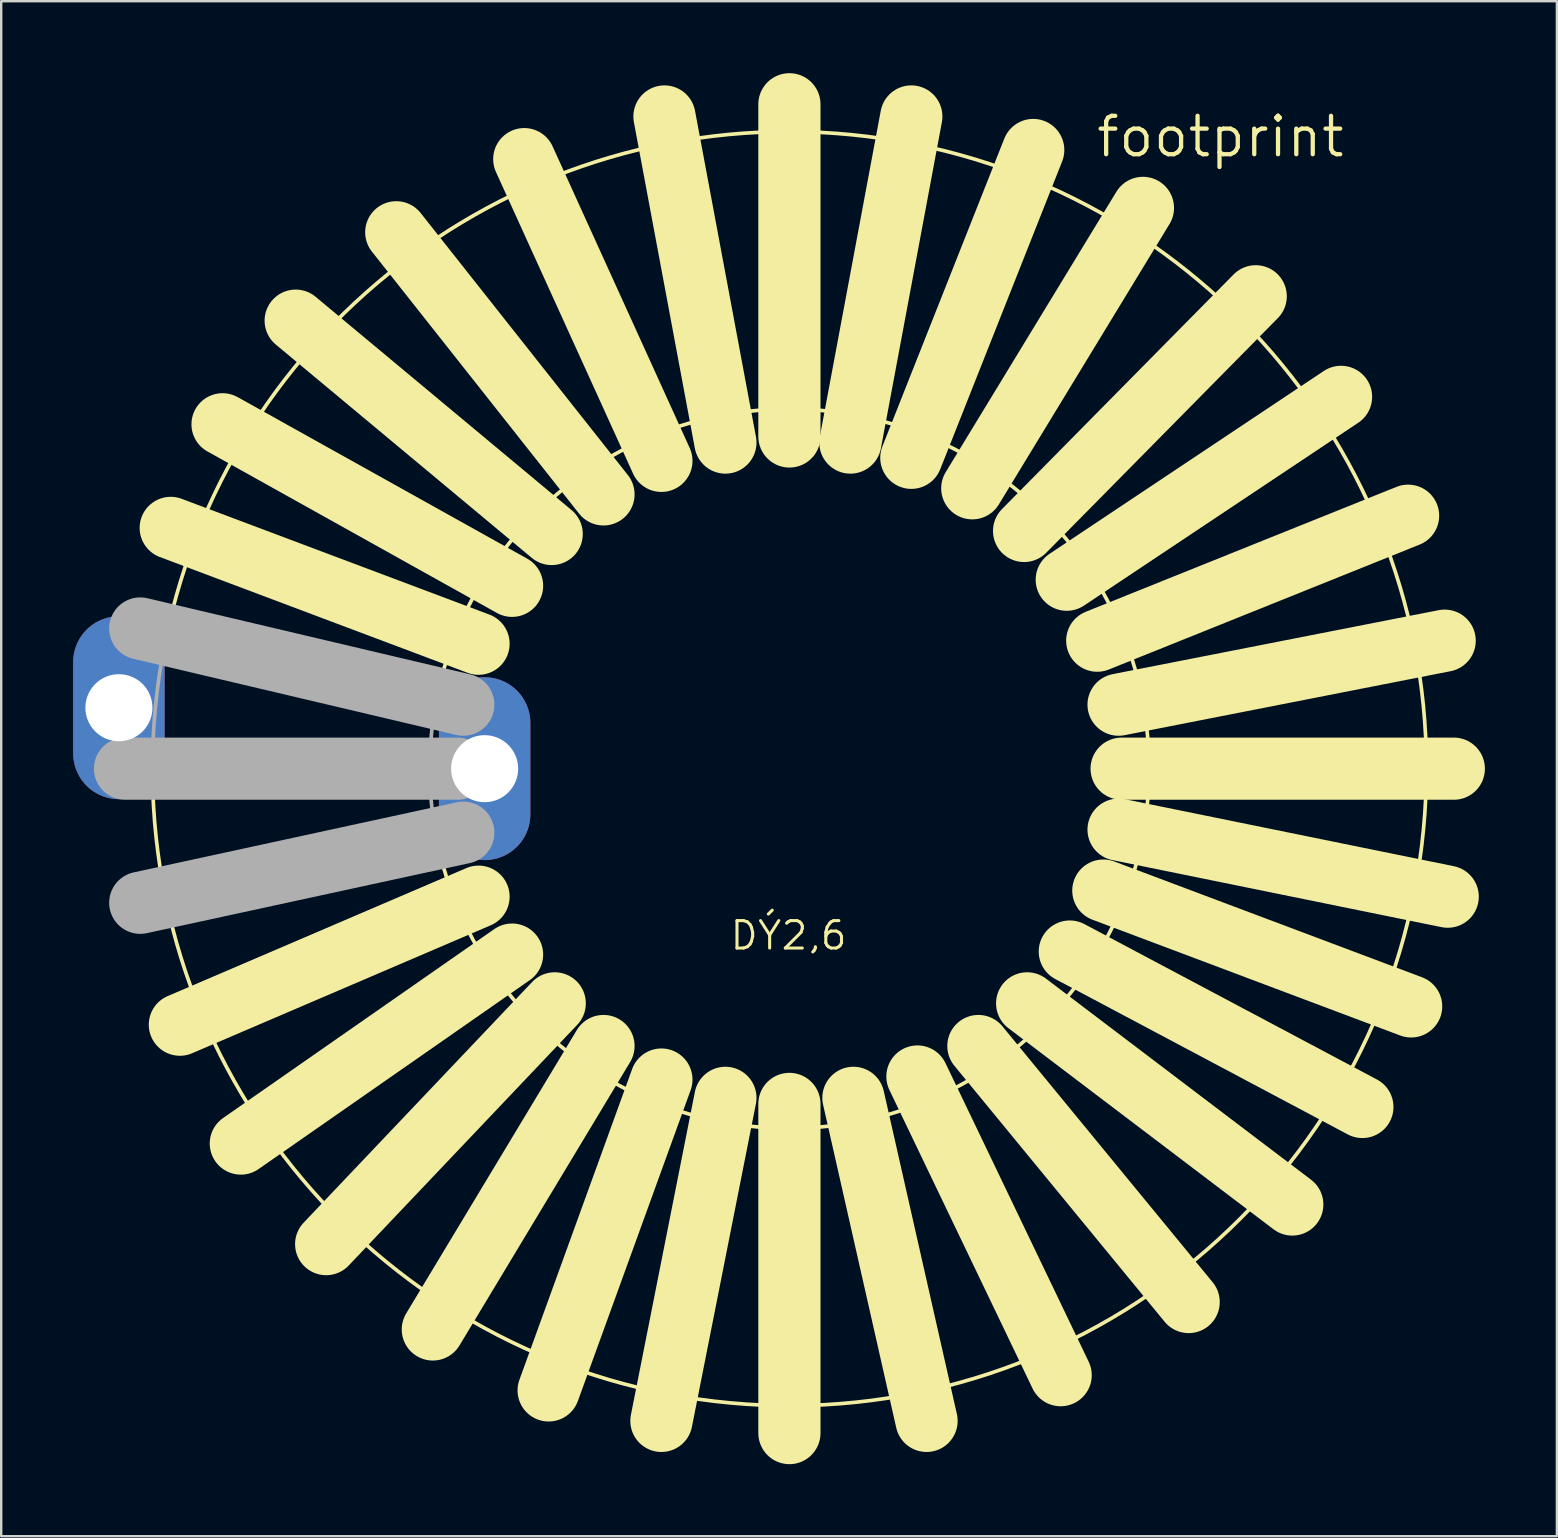
<source format=kicad_pcb>
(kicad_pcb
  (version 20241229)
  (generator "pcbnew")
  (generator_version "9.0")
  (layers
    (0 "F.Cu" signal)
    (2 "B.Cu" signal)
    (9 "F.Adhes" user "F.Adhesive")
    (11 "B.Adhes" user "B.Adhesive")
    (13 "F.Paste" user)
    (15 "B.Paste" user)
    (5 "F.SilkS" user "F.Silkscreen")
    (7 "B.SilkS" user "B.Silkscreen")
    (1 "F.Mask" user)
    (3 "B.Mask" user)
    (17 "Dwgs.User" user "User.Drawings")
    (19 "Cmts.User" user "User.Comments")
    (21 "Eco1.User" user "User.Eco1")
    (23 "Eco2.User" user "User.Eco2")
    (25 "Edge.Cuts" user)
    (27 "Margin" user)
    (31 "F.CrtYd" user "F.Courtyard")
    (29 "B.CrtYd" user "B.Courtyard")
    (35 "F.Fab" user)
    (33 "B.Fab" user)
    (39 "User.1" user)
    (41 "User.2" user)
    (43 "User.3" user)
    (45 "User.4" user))
  (footprint "footprint"
    (layer "F.Cu")
    (at 29.845 28.981)
    (property "Reference" "footprint" (at 12.7 -25.4 0) (layer "F.SilkS") (effects (font (size 1.6 1.6) (thickness 0.178)) (justify left bottom)))
    (fp_line (start -12.954 -5.207) (end -25.781 -10.033) (stroke (width 2.591) (type solid)) (layer "F.SilkS"))
    (fp_line (start -12.954 5.334) (end -25.4 10.668) (stroke (width 2.591) (type solid)) (layer "F.SilkS"))
    (fp_line (start -11.557 -7.62) (end -23.622 -14.351) (stroke (width 2.591) (type solid)) (layer "F.SilkS"))
    (fp_line (start -11.557 7.747) (end -22.86 15.621) (stroke (width 2.591) (type solid)) (layer "F.SilkS"))
    (fp_line (start -9.906 -9.779) (end -20.574 -18.669) (stroke (width 2.591) (type solid)) (layer "F.SilkS"))
    (fp_line (start -9.779 9.779) (end -19.304 19.812) (stroke (width 2.591) (type solid)) (layer "F.SilkS"))
    (fp_line (start -7.747 -11.43) (end -16.383 -22.352) (stroke (width 2.591) (type solid)) (layer "F.SilkS"))
    (fp_line (start -7.747 11.557) (end -14.859 23.368) (stroke (width 2.591) (type solid)) (layer "F.SilkS"))
    (fp_line (start -5.334 -12.827) (end -11.049 -25.4) (stroke (width 2.591) (type solid)) (layer "F.SilkS"))
    (fp_line (start -5.334 12.954) (end -10.033 25.908) (stroke (width 2.591) (type solid)) (layer "F.SilkS"))
    (fp_line (start -2.667 -13.589) (end -5.207 -27.178) (stroke (width 2.591) (type solid)) (layer "F.SilkS"))
    (fp_line (start -2.667 13.716) (end -5.334 27.178) (stroke (width 2.591) (type solid)) (layer "F.SilkS"))
    (fp_line (start 0 -13.843) (end 0 -27.686) (stroke (width 2.591) (type solid)) (layer "F.SilkS"))
    (fp_line (start 0 13.97) (end 0 27.686) (stroke (width 2.591) (type solid)) (layer "F.SilkS"))
    (fp_line (start 2.54 -13.589) (end 5.08 -27.178) (stroke (width 2.591) (type solid)) (layer "F.SilkS"))
    (fp_line (start 2.667 13.716) (end 5.715 27.178) (stroke (width 2.591) (type solid)) (layer "F.SilkS"))
    (fp_line (start 5.08 -12.954) (end 10.16 -25.781) (stroke (width 2.591) (type solid)) (layer "F.SilkS"))
    (fp_line (start 5.334 12.827) (end 11.303 25.273) (stroke (width 2.591) (type solid)) (layer "F.SilkS"))
    (fp_line (start 7.62 -11.684) (end 14.732 -23.368) (stroke (width 2.591) (type solid)) (layer "F.SilkS"))
    (fp_line (start 7.874 11.557) (end 16.637 22.225) (stroke (width 2.591) (type solid)) (layer "F.SilkS"))
    (fp_line (start 9.779 -9.906) (end 19.431 -19.685) (stroke (width 2.591) (type solid)) (layer "F.SilkS"))
    (fp_line (start 9.906 9.779) (end 20.955 18.161) (stroke (width 2.591) (type solid)) (layer "F.SilkS"))
    (fp_line (start 11.557 -7.874) (end 22.987 -15.494) (stroke (width 2.591) (type solid)) (layer "F.SilkS"))
    (fp_line (start 11.684 7.62) (end 23.876 14.097) (stroke (width 2.591) (type solid)) (layer "F.SilkS"))
    (fp_line (start 12.827 -5.334) (end 25.781 -10.541) (stroke (width 2.591) (type solid)) (layer "F.SilkS"))
    (fp_line (start 13.081 5.08) (end 25.908 9.906) (stroke (width 2.591) (type solid)) (layer "F.SilkS"))
    (fp_line (start 13.716 -2.667) (end 27.305 -5.334) (stroke (width 2.591) (type solid)) (layer "F.SilkS"))
    (fp_line (start 13.716 2.54) (end 27.432 5.334) (stroke (width 2.591) (type solid)) (layer "F.SilkS"))
    (fp_line (start 13.843 0) (end 27.686 0) (stroke (width 2.591) (type solid)) (layer "F.SilkS"))
    (fp_arc (start -26.0119 -5.2831) (mid 26.422296 2.528753) (end -26.5418 0.254) (stroke (width 0.1524) (type solid)) (layer "F.SilkS"))
    (fp_arc (start -14.7255 -2.7818) (mid 14.985952 0) (end -14.7255 2.7818) (stroke (width 0.1524) (type solid)) (layer "F.SilkS"))
    (fp_line (start -13.843 0) (end -27.686 0) (stroke (width 2.591) (type solid)) (layer "F.Fab"))
    (fp_line (start -13.589 -2.667) (end -27.051 -5.842) (stroke (width 2.591) (type solid)) (layer "F.Fab"))
    (fp_line (start -13.589 2.667) (end -27.051 5.588) (stroke (width 2.591) (type solid)) (layer "F.Fab"))
    (fp_arc (start -26.5418 0.254) (mid -26.422296 -2.528469) (end -26.0119 -5.2831) (stroke (width 0.1524) (type solid)) (layer "F.Fab"))
    (fp_arc (start -14.7255 2.7818) (mid -14.985952 0) (end -14.7255 -2.7818) (stroke (width 0.1524) (type solid)) (layer "F.Fab"))
    (fp_text user "DÝ2,6" (at -2.54 7.62 0) (layer "F.SilkS") (effects (font (size 1.143 1.143) (thickness 0.127)) (justify left bottom)))
    (pad "1" thru_hole oval (at -27.94 -2.54 90) (size 7.62 3.81) (drill 2.794) (layers "*.Cu" "*.Mask"))
    (pad "2" thru_hole oval (at -12.7 0 90) (size 7.62 3.81) (drill 2.794) (layers "*.Cu" "*.Mask")))
  (gr_rect
    (start -3 -3)
    (end 61.826 60.963)
    (stroke (width 0.1) (type default))
    (fill no)
    (layer "Edge.Cuts")))
</source>
